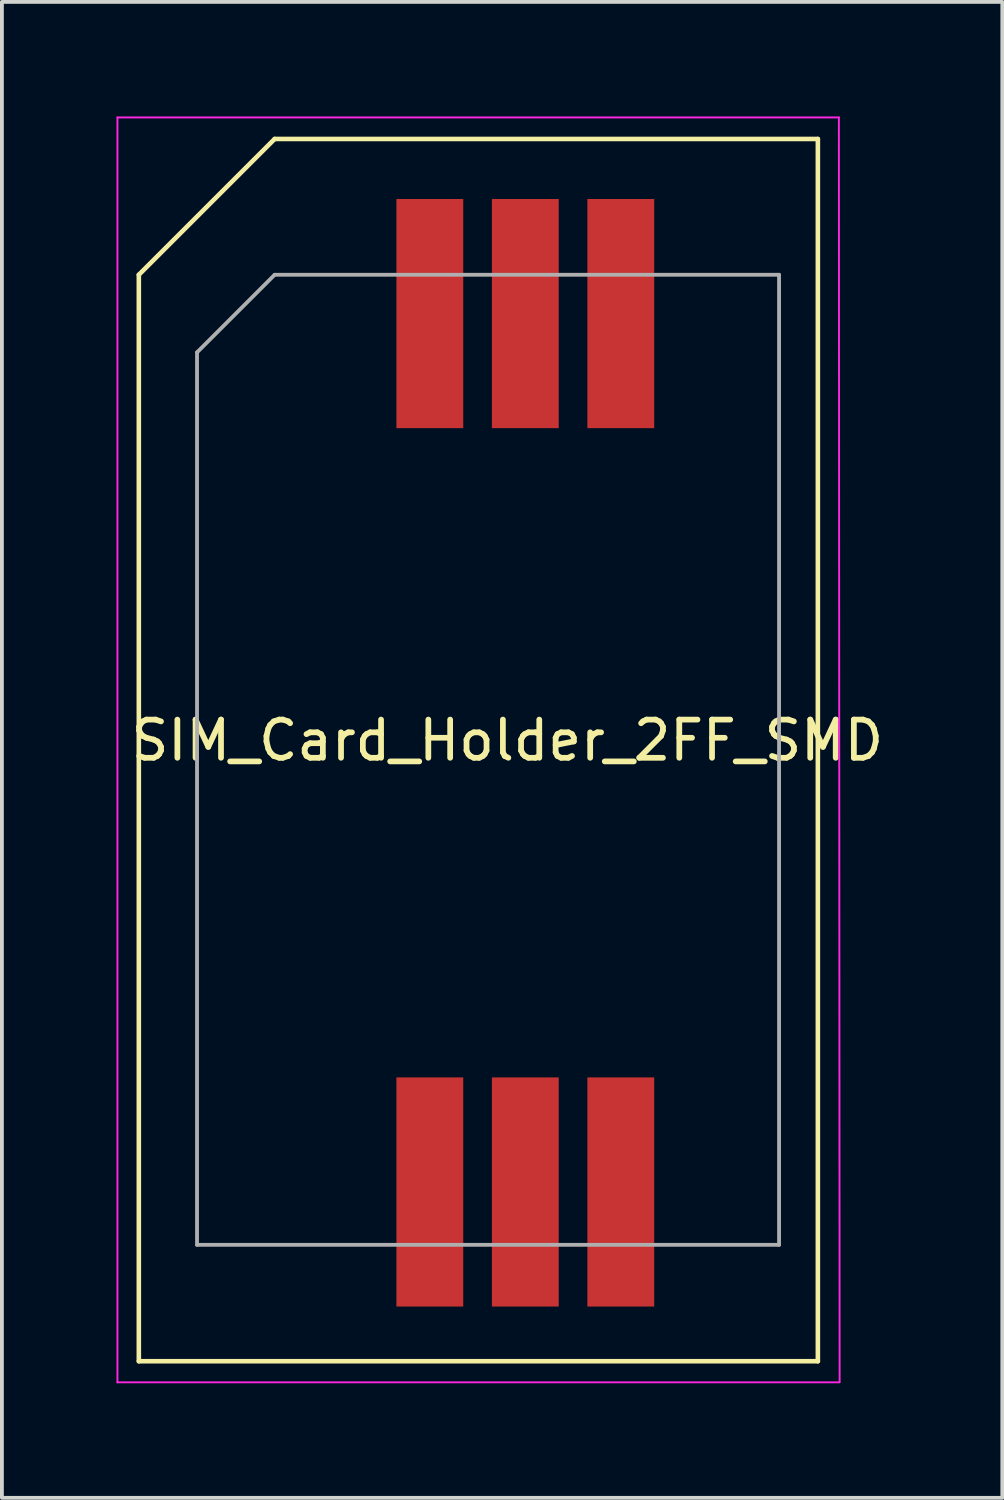
<source format=kicad_pcb>
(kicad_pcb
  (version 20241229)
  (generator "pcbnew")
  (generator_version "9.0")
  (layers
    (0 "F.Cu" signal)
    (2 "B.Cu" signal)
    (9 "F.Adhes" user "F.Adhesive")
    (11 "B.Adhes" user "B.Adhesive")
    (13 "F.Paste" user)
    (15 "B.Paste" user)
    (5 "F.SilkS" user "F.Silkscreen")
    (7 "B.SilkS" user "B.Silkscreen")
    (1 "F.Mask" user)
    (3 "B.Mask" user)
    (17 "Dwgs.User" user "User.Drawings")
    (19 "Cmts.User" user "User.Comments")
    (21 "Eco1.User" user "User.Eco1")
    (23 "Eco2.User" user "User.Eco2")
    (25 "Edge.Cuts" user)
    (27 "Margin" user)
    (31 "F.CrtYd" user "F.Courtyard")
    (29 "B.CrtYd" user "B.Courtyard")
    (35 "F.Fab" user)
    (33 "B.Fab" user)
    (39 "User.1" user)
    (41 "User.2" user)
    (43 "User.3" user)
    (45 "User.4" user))
  (footprint "SIM_Card_Holder_2FF_SMD"
    (layer "F.Cu")
    (at 10.745 16.845)
    (property "Reference" "SIM_Card_Holder_2FF_SMD" (at -0.508 -0.508 0) (layer "F.SilkS") (effects (font (size 1 1) (thickness 0.15))))
    (attr smd)
    (fp_line (start -10.16 -12.7) (end -10.16 15.748) (stroke (width 0.12) (type solid)) (layer "F.SilkS"))
    (fp_line (start -6.604 -16.256) (end -10.16 -12.7) (stroke (width 0.12) (type solid)) (layer "F.SilkS"))
    (fp_line (start -6.604 -16.256) (end 7.62 -16.256) (stroke (width 0.12) (type solid)) (layer "F.SilkS"))
    (fp_line (start 7.62 -16.256) (end 7.62 15.748) (stroke (width 0.12) (type solid)) (layer "F.SilkS"))
    (fp_line (start 7.62 15.748) (end -10.16 15.748) (stroke (width 0.12) (type solid)) (layer "F.SilkS"))
    (fp_line (start -10.72 -16.82) (end -10.72 16.3) (stroke (width 0.05) (type solid)) (layer "F.CrtYd"))
    (fp_line (start -10.72 16.3) (end 8.19 16.3) (stroke (width 0.05) (type solid)) (layer "F.CrtYd"))
    (fp_line (start 8.17 -16.82) (end -10.72 -16.82) (stroke (width 0.05) (type solid)) (layer "F.CrtYd"))
    (fp_line (start 8.19 16.28) (end 8.17 -16.82) (stroke (width 0.05) (type solid)) (layer "F.CrtYd"))
    (fp_line (start -8.636 -10.668) (end -6.604 -12.7) (stroke (width 0.1) (type solid)) (layer "F.Fab"))
    (fp_line (start -8.636 12.7) (end -8.636 -10.668) (stroke (width 0.1) (type solid)) (layer "F.Fab"))
    (fp_line (start -6.604 -12.7) (end 6.604 -12.7) (stroke (width 0.1) (type solid)) (layer "F.Fab"))
    (fp_line (start 6.604 -12.7) (end 6.604 12.7) (stroke (width 0.1) (type solid)) (layer "F.Fab"))
    (fp_line (start 6.604 12.7) (end -8.636 12.7) (stroke (width 0.1) (type solid)) (layer "F.Fab"))
    (pad "1" smd rect (at 2.46 11.316 90) (size 6 1.75) (layers "F.Cu" "F.Mask" "F.Paste"))
    (pad "2" smd rect (at -0.04 11.316 90) (size 6 1.75) (layers "F.Cu" "F.Mask" "F.Paste"))
    (pad "3" smd rect (at -2.54 11.316 90) (size 6 1.75) (layers "F.Cu" "F.Mask" "F.Paste"))
    (pad "5" smd rect (at 2.46 -11.684 90) (size 6 1.75) (layers "F.Cu" "F.Mask" "F.Paste"))
    (pad "6" smd rect (at -0.04 -11.684 90) (size 6 1.75) (layers "F.Cu" "F.Mask" "F.Paste"))
    (pad "7" smd rect (at -2.54 -11.684 90) (size 6 1.75) (layers "F.Cu" "F.Mask" "F.Paste")))
  (gr_rect
    (start -3 -3)
    (end 23.195 36.17)
    (stroke (width 0.1) (type default))
    (fill no)
    (layer "Edge.Cuts")))
</source>
